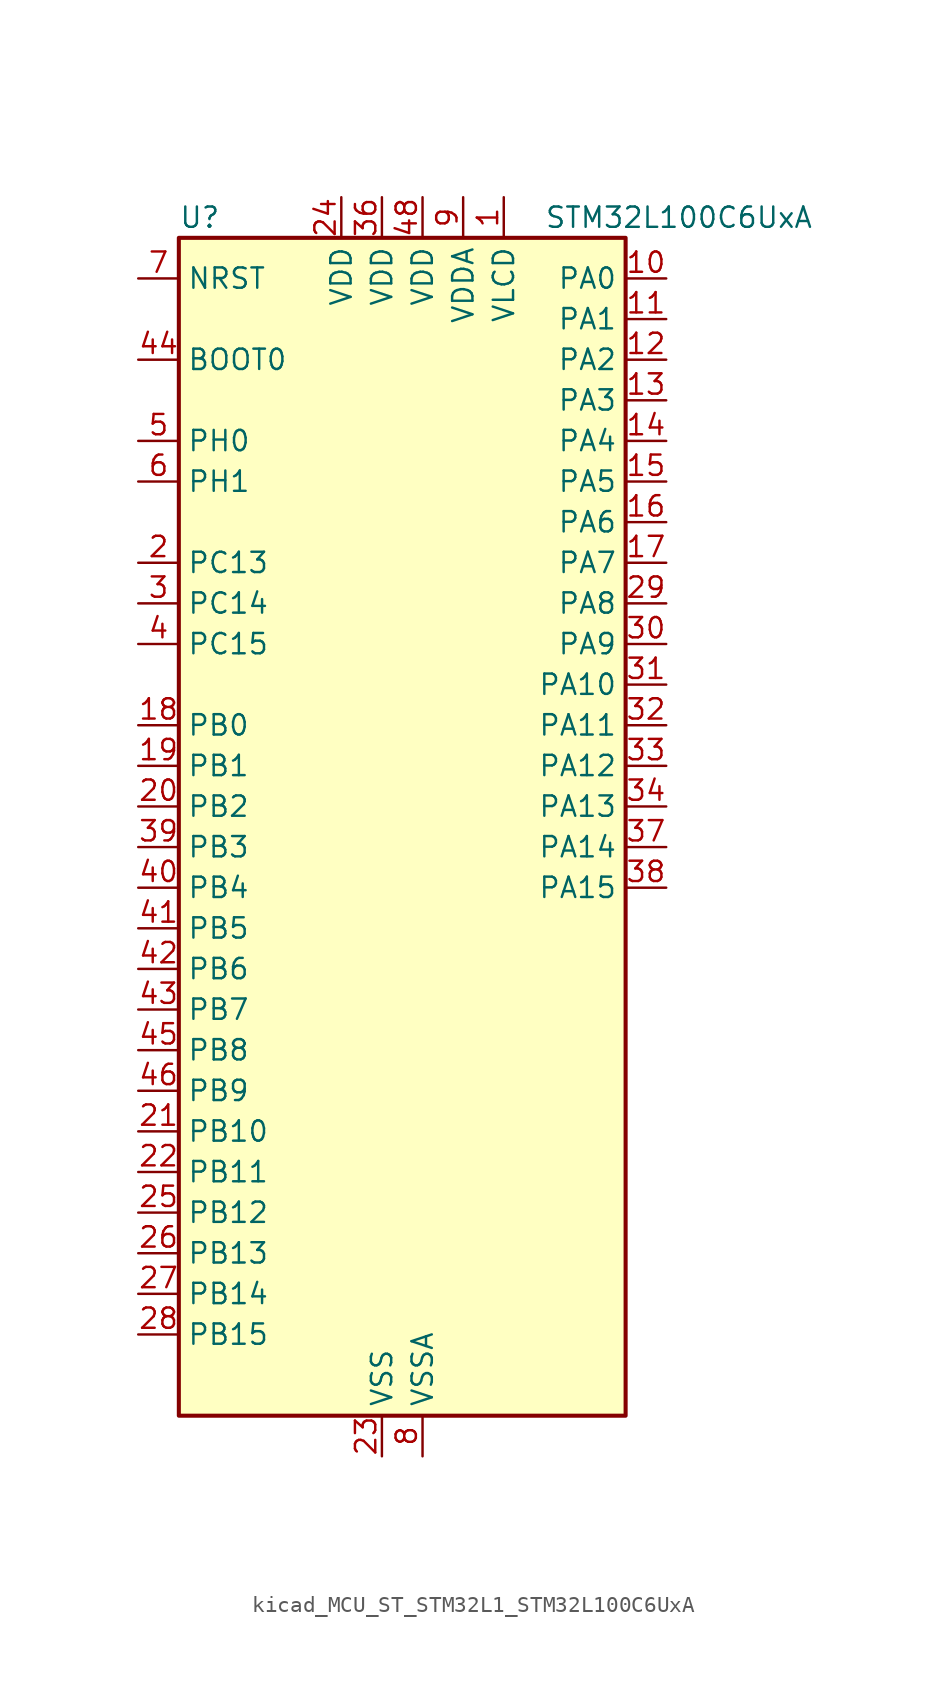
<source format=kicad_sym>
(kicad_symbol_lib
  (version 20220914)
  (generator kicad_symbol_editor)
  (symbol "kicad_MCU_ST_STM32L1_STM32L100C6UxA"
    (property "Reference" "U"
      (at -12.7 39.37 0)
      (effects (font (size 1.27 1.27)) (justify left)))
    (property "Value" "STM32L100C6UxA"
      (at 10.16 39.37 0)
      (effects (font (size 1.27 1.27)) (justify left)))
    (property "ki_locked" ""
      (at 0 0 0)
      (effects (font (size 1.27 1.27))))
    (symbol "kicad_MCU_ST_STM32L1_STM32L100C6UxA_0_1"
      (rectangle (start -12.7 -35.56) (end 15.24 38.1) (stroke (width 0.254) (type default)) (fill (type background))))
    (symbol "kicad_MCU_ST_STM32L1_STM32L100C6UxA_1_1"
      (pin power_in line (at 7.62 40.64 270) (length 2.54) (name "VLCD" (effects (font (size 1.27 1.27)))) (number "1" (effects (font (size 1.27 1.27)))))
      (pin bidirectional line (at 17.78 35.56 180) (length 2.54) (name "PA0" (effects (font (size 1.27 1.27)))) (number "10" (effects (font (size 1.27 1.27)))) (alternate "ADC_IN0" bidirectional line) (alternate "COMP1_INP" bidirectional line) (alternate "RTC_TAMP2" bidirectional line) (alternate "SYS_WKUP1" bidirectional line) (alternate "TIM2_CH1" bidirectional line) (alternate "TIM2_ETR" bidirectional line) (alternate "TIMX_IC1" bidirectional line) (alternate "USART2_CTS" bidirectional line))
      (pin bidirectional line (at 17.78 33.02 180) (length 2.54) (name "PA1" (effects (font (size 1.27 1.27)))) (number "11" (effects (font (size 1.27 1.27)))) (alternate "ADC_IN1" bidirectional line) (alternate "COMP1_INP" bidirectional line) (alternate "LCD_SEG0" bidirectional line) (alternate "TIM2_CH2" bidirectional line) (alternate "TIMX_IC2" bidirectional line) (alternate "USART2_RTS" bidirectional line))
      (pin bidirectional line (at 17.78 30.48 180) (length 2.54) (name "PA2" (effects (font (size 1.27 1.27)))) (number "12" (effects (font (size 1.27 1.27)))) (alternate "ADC_IN2" bidirectional line) (alternate "COMP1_INP" bidirectional line) (alternate "LCD_SEG1" bidirectional line) (alternate "TIM2_CH3" bidirectional line) (alternate "TIM9_CH1" bidirectional line) (alternate "TIMX_IC3" bidirectional line) (alternate "USART2_TX" bidirectional line))
      (pin bidirectional line (at 17.78 27.94 180) (length 2.54) (name "PA3" (effects (font (size 1.27 1.27)))) (number "13" (effects (font (size 1.27 1.27)))) (alternate "ADC_IN3" bidirectional line) (alternate "COMP1_INP" bidirectional line) (alternate "LCD_SEG2" bidirectional line) (alternate "TIM2_CH4" bidirectional line) (alternate "TIM9_CH2" bidirectional line) (alternate "TIMX_IC4" bidirectional line) (alternate "USART2_RX" bidirectional line))
      (pin bidirectional line (at 17.78 25.4 180) (length 2.54) (name "PA4" (effects (font (size 1.27 1.27)))) (number "14" (effects (font (size 1.27 1.27)))) (alternate "ADC_IN4" bidirectional line) (alternate "COMP1_INP" bidirectional line) (alternate "DAC_OUT1" bidirectional line) (alternate "SPI1_NSS" bidirectional line) (alternate "TIMX_IC1" bidirectional line) (alternate "USART2_CK" bidirectional line))
      (pin bidirectional line (at 17.78 22.86 180) (length 2.54) (name "PA5" (effects (font (size 1.27 1.27)))) (number "15" (effects (font (size 1.27 1.27)))) (alternate "ADC_IN5" bidirectional line) (alternate "COMP1_INP" bidirectional line) (alternate "DAC_OUT2" bidirectional line) (alternate "SPI1_SCK" bidirectional line) (alternate "TIM2_CH1" bidirectional line) (alternate "TIM2_ETR" bidirectional line) (alternate "TIMX_IC2" bidirectional line))
      (pin bidirectional line (at 17.78 20.32 180) (length 2.54) (name "PA6" (effects (font (size 1.27 1.27)))) (number "16" (effects (font (size 1.27 1.27)))) (alternate "ADC_IN6" bidirectional line) (alternate "COMP1_INP" bidirectional line) (alternate "LCD_SEG3" bidirectional line) (alternate "SPI1_MISO" bidirectional line) (alternate "TIM10_CH1" bidirectional line) (alternate "TIM3_CH1" bidirectional line) (alternate "TIMX_IC3" bidirectional line))
      (pin bidirectional line (at 17.78 17.78 180) (length 2.54) (name "PA7" (effects (font (size 1.27 1.27)))) (number "17" (effects (font (size 1.27 1.27)))) (alternate "ADC_IN7" bidirectional line) (alternate "COMP1_INP" bidirectional line) (alternate "LCD_SEG4" bidirectional line) (alternate "SPI1_MOSI" bidirectional line) (alternate "TIM11_CH1" bidirectional line) (alternate "TIM3_CH2" bidirectional line) (alternate "TIMX_IC4" bidirectional line))
      (pin bidirectional line (at -15.24 7.62 0) (length 2.54) (name "PB0" (effects (font (size 1.27 1.27)))) (number "18" (effects (font (size 1.27 1.27)))) (alternate "ADC_IN8" bidirectional line) (alternate "COMP1_INP" bidirectional line) (alternate "LCD_SEG5" bidirectional line) (alternate "SYS_V_REF_OUT" bidirectional line) (alternate "TIM3_CH3" bidirectional line))
      (pin bidirectional line (at -15.24 5.08 0) (length 2.54) (name "PB1" (effects (font (size 1.27 1.27)))) (number "19" (effects (font (size 1.27 1.27)))) (alternate "ADC_IN9" bidirectional line) (alternate "COMP1_INP" bidirectional line) (alternate "LCD_SEG6" bidirectional line) (alternate "SYS_V_REF_OUT" bidirectional line) (alternate "TIM3_CH4" bidirectional line))
      (pin bidirectional line (at -15.24 17.78 0) (length 2.54) (name "PC13" (effects (font (size 1.27 1.27)))) (number "2" (effects (font (size 1.27 1.27)))) (alternate "RTC_OUT_ALARM" bidirectional line) (alternate "RTC_OUT_CALIB" bidirectional line) (alternate "RTC_TAMP1" bidirectional line) (alternate "RTC_TS" bidirectional line) (alternate "SYS_WKUP2" bidirectional line) (alternate "TIMX_IC2" bidirectional line))
      (pin bidirectional line (at -15.24 2.54 0) (length 2.54) (name "PB2" (effects (font (size 1.27 1.27)))) (number "20" (effects (font (size 1.27 1.27)))))
      (pin bidirectional line (at -15.24 -17.78 0) (length 2.54) (name "PB10" (effects (font (size 1.27 1.27)))) (number "21" (effects (font (size 1.27 1.27)))) (alternate "I2C2_SCL" bidirectional line) (alternate "LCD_SEG10" bidirectional line) (alternate "TIM2_CH3" bidirectional line) (alternate "USART3_TX" bidirectional line))
      (pin bidirectional line (at -15.24 -20.32 0) (length 2.54) (name "PB11" (effects (font (size 1.27 1.27)))) (number "22" (effects (font (size 1.27 1.27)))) (alternate "ADC_EXTI11" bidirectional line) (alternate "I2C2_SDA" bidirectional line) (alternate "LCD_SEG11" bidirectional line) (alternate "TIM2_CH4" bidirectional line) (alternate "USART3_RX" bidirectional line))
      (pin power_in line (at 0 -38.1 90) (length 2.54) (name "VSS" (effects (font (size 1.27 1.27)))) (number "23" (effects (font (size 1.27 1.27)))))
      (pin power_in line (at -2.54 40.64 270) (length 2.54) (name "VDD" (effects (font (size 1.27 1.27)))) (number "24" (effects (font (size 1.27 1.27)))))
      (pin bidirectional line (at -15.24 -22.86 0) (length 2.54) (name "PB12" (effects (font (size 1.27 1.27)))) (number "25" (effects (font (size 1.27 1.27)))) (alternate "ADC_IN18" bidirectional line) (alternate "COMP1_INP" bidirectional line) (alternate "I2C2_SMBA" bidirectional line) (alternate "LCD_SEG12" bidirectional line) (alternate "SPI2_NSS" bidirectional line) (alternate "TIM10_CH1" bidirectional line) (alternate "USART3_CK" bidirectional line))
      (pin bidirectional line (at -15.24 -25.4 0) (length 2.54) (name "PB13" (effects (font (size 1.27 1.27)))) (number "26" (effects (font (size 1.27 1.27)))) (alternate "ADC_IN19" bidirectional line) (alternate "COMP1_INP" bidirectional line) (alternate "LCD_SEG13" bidirectional line) (alternate "SPI2_SCK" bidirectional line) (alternate "TIM9_CH1" bidirectional line) (alternate "USART3_CTS" bidirectional line))
      (pin bidirectional line (at -15.24 -27.94 0) (length 2.54) (name "PB14" (effects (font (size 1.27 1.27)))) (number "27" (effects (font (size 1.27 1.27)))) (alternate "ADC_IN20" bidirectional line) (alternate "COMP1_INP" bidirectional line) (alternate "LCD_SEG14" bidirectional line) (alternate "SPI2_MISO" bidirectional line) (alternate "TIM9_CH2" bidirectional line) (alternate "USART3_RTS" bidirectional line))
      (pin bidirectional line (at -15.24 -30.48 0) (length 2.54) (name "PB15" (effects (font (size 1.27 1.27)))) (number "28" (effects (font (size 1.27 1.27)))) (alternate "ADC_EXTI15" bidirectional line) (alternate "ADC_IN21" bidirectional line) (alternate "COMP1_INP" bidirectional line) (alternate "LCD_SEG15" bidirectional line) (alternate "RTC_REFIN" bidirectional line) (alternate "SPI2_MOSI" bidirectional line) (alternate "TIM11_CH1" bidirectional line))
      (pin bidirectional line (at 17.78 15.24 180) (length 2.54) (name "PA8" (effects (font (size 1.27 1.27)))) (number "29" (effects (font (size 1.27 1.27)))) (alternate "LCD_COM0" bidirectional line) (alternate "RCC_MCO" bidirectional line) (alternate "TIMX_IC1" bidirectional line) (alternate "USART1_CK" bidirectional line))
      (pin bidirectional line (at -15.24 15.24 0) (length 2.54) (name "PC14" (effects (font (size 1.27 1.27)))) (number "3" (effects (font (size 1.27 1.27)))) (alternate "RCC_OSC32_IN" bidirectional line) (alternate "TIMX_IC3" bidirectional line))
      (pin bidirectional line (at 17.78 12.7 180) (length 2.54) (name "PA9" (effects (font (size 1.27 1.27)))) (number "30" (effects (font (size 1.27 1.27)))) (alternate "DAC_EXTI9" bidirectional line) (alternate "LCD_COM1" bidirectional line) (alternate "TIMX_IC2" bidirectional line) (alternate "USART1_TX" bidirectional line))
      (pin bidirectional line (at 17.78 10.16 180) (length 2.54) (name "PA10" (effects (font (size 1.27 1.27)))) (number "31" (effects (font (size 1.27 1.27)))) (alternate "LCD_COM2" bidirectional line) (alternate "TIMX_IC3" bidirectional line) (alternate "USART1_RX" bidirectional line))
      (pin bidirectional line (at 17.78 7.62 180) (length 2.54) (name "PA11" (effects (font (size 1.27 1.27)))) (number "32" (effects (font (size 1.27 1.27)))) (alternate "ADC_EXTI11" bidirectional line) (alternate "SPI1_MISO" bidirectional line) (alternate "TIMX_IC4" bidirectional line) (alternate "USART1_CTS" bidirectional line) (alternate "USB_DM" bidirectional line))
      (pin bidirectional line (at 17.78 5.08 180) (length 2.54) (name "PA12" (effects (font (size 1.27 1.27)))) (number "33" (effects (font (size 1.27 1.27)))) (alternate "SPI1_MOSI" bidirectional line) (alternate "TIMX_IC1" bidirectional line) (alternate "USART1_RTS" bidirectional line) (alternate "USB_DP" bidirectional line))
      (pin bidirectional line (at 17.78 2.54 180) (length 2.54) (name "PA13" (effects (font (size 1.27 1.27)))) (number "34" (effects (font (size 1.27 1.27)))) (alternate "SYS_JTMS-SWDIO" bidirectional line) (alternate "TIMX_IC2" bidirectional line))
      (pin passive line (at 0 -38.1 90) (length 2.54) hide (name "VSS" (effects (font (size 1.27 1.27)))) (number "35" (effects (font (size 1.27 1.27)))))
      (pin power_in line (at 0 40.64 270) (length 2.54) (name "VDD" (effects (font (size 1.27 1.27)))) (number "36" (effects (font (size 1.27 1.27)))))
      (pin bidirectional line (at 17.78 0 180) (length 2.54) (name "PA14" (effects (font (size 1.27 1.27)))) (number "37" (effects (font (size 1.27 1.27)))) (alternate "SYS_JTCK-SWCLK" bidirectional line) (alternate "TIMX_IC3" bidirectional line))
      (pin bidirectional line (at 17.78 -2.54 180) (length 2.54) (name "PA15" (effects (font (size 1.27 1.27)))) (number "38" (effects (font (size 1.27 1.27)))) (alternate "ADC_EXTI15" bidirectional line) (alternate "LCD_SEG17" bidirectional line) (alternate "SPI1_NSS" bidirectional line) (alternate "SYS_JTDI" bidirectional line) (alternate "TIM2_CH1" bidirectional line) (alternate "TIM2_ETR" bidirectional line) (alternate "TIMX_IC4" bidirectional line))
      (pin bidirectional line (at -15.24 0 0) (length 2.54) (name "PB3" (effects (font (size 1.27 1.27)))) (number "39" (effects (font (size 1.27 1.27)))) (alternate "COMP2_INM" bidirectional line) (alternate "LCD_SEG7" bidirectional line) (alternate "SPI1_SCK" bidirectional line) (alternate "SYS_JTDO-TRACESWO" bidirectional line) (alternate "TIM2_CH2" bidirectional line))
      (pin bidirectional line (at -15.24 12.7 0) (length 2.54) (name "PC15" (effects (font (size 1.27 1.27)))) (number "4" (effects (font (size 1.27 1.27)))) (alternate "ADC_EXTI15" bidirectional line) (alternate "RCC_OSC32_OUT" bidirectional line) (alternate "TIMX_IC4" bidirectional line))
      (pin bidirectional line (at -15.24 -2.54 0) (length 2.54) (name "PB4" (effects (font (size 1.27 1.27)))) (number "40" (effects (font (size 1.27 1.27)))) (alternate "COMP2_INP" bidirectional line) (alternate "LCD_SEG8" bidirectional line) (alternate "SPI1_MISO" bidirectional line) (alternate "SYS_JTRST" bidirectional line) (alternate "TIM3_CH1" bidirectional line))
      (pin bidirectional line (at -15.24 -5.08 0) (length 2.54) (name "PB5" (effects (font (size 1.27 1.27)))) (number "41" (effects (font (size 1.27 1.27)))) (alternate "COMP2_INP" bidirectional line) (alternate "I2C1_SMBA" bidirectional line) (alternate "LCD_SEG9" bidirectional line) (alternate "SPI1_MOSI" bidirectional line) (alternate "TIM3_CH2" bidirectional line))
      (pin bidirectional line (at -15.24 -7.62 0) (length 2.54) (name "PB6" (effects (font (size 1.27 1.27)))) (number "42" (effects (font (size 1.27 1.27)))) (alternate "I2C1_SCL" bidirectional line) (alternate "TIM4_CH1" bidirectional line) (alternate "USART1_TX" bidirectional line))
      (pin bidirectional line (at -15.24 -10.16 0) (length 2.54) (name "PB7" (effects (font (size 1.27 1.27)))) (number "43" (effects (font (size 1.27 1.27)))) (alternate "I2C1_SDA" bidirectional line) (alternate "SYS_PVD_IN" bidirectional line) (alternate "TIM4_CH2" bidirectional line) (alternate "USART1_RX" bidirectional line))
      (pin input line (at -15.24 30.48 0) (length 2.54) (name "BOOT0" (effects (font (size 1.27 1.27)))) (number "44" (effects (font (size 1.27 1.27)))))
      (pin bidirectional line (at -15.24 -12.7 0) (length 2.54) (name "PB8" (effects (font (size 1.27 1.27)))) (number "45" (effects (font (size 1.27 1.27)))) (alternate "I2C1_SCL" bidirectional line) (alternate "LCD_SEG16" bidirectional line) (alternate "TIM10_CH1" bidirectional line) (alternate "TIM4_CH3" bidirectional line))
      (pin bidirectional line (at -15.24 -15.24 0) (length 2.54) (name "PB9" (effects (font (size 1.27 1.27)))) (number "46" (effects (font (size 1.27 1.27)))) (alternate "DAC_EXTI9" bidirectional line) (alternate "I2C1_SDA" bidirectional line) (alternate "LCD_COM3" bidirectional line) (alternate "TIM11_CH1" bidirectional line) (alternate "TIM4_CH4" bidirectional line))
      (pin passive line (at 0 -38.1 90) (length 2.54) hide (name "VSS" (effects (font (size 1.27 1.27)))) (number "47" (effects (font (size 1.27 1.27)))))
      (pin power_in line (at 2.54 40.64 270) (length 2.54) (name "VDD" (effects (font (size 1.27 1.27)))) (number "48" (effects (font (size 1.27 1.27)))))
      (pin passive line (at 0 -38.1 90) (length 2.54) hide (name "VSS" (effects (font (size 1.27 1.27)))) (number "49" (effects (font (size 1.27 1.27)))))
      (pin bidirectional line (at -15.24 25.4 0) (length 2.54) (name "PH0" (effects (font (size 1.27 1.27)))) (number "5" (effects (font (size 1.27 1.27)))) (alternate "RCC_OSC_IN" bidirectional line))
      (pin bidirectional line (at -15.24 22.86 0) (length 2.54) (name "PH1" (effects (font (size 1.27 1.27)))) (number "6" (effects (font (size 1.27 1.27)))) (alternate "RCC_OSC_OUT" bidirectional line))
      (pin input line (at -15.24 35.56 0) (length 2.54) (name "NRST" (effects (font (size 1.27 1.27)))) (number "7" (effects (font (size 1.27 1.27)))))
      (pin power_in line (at 2.54 -38.1 90) (length 2.54) (name "VSSA" (effects (font (size 1.27 1.27)))) (number "8" (effects (font (size 1.27 1.27)))))
      (pin power_in line (at 5.08 40.64 270) (length 2.54) (name "VDDA" (effects (font (size 1.27 1.27)))) (number "9" (effects (font (size 1.27 1.27))))))))
</source>
